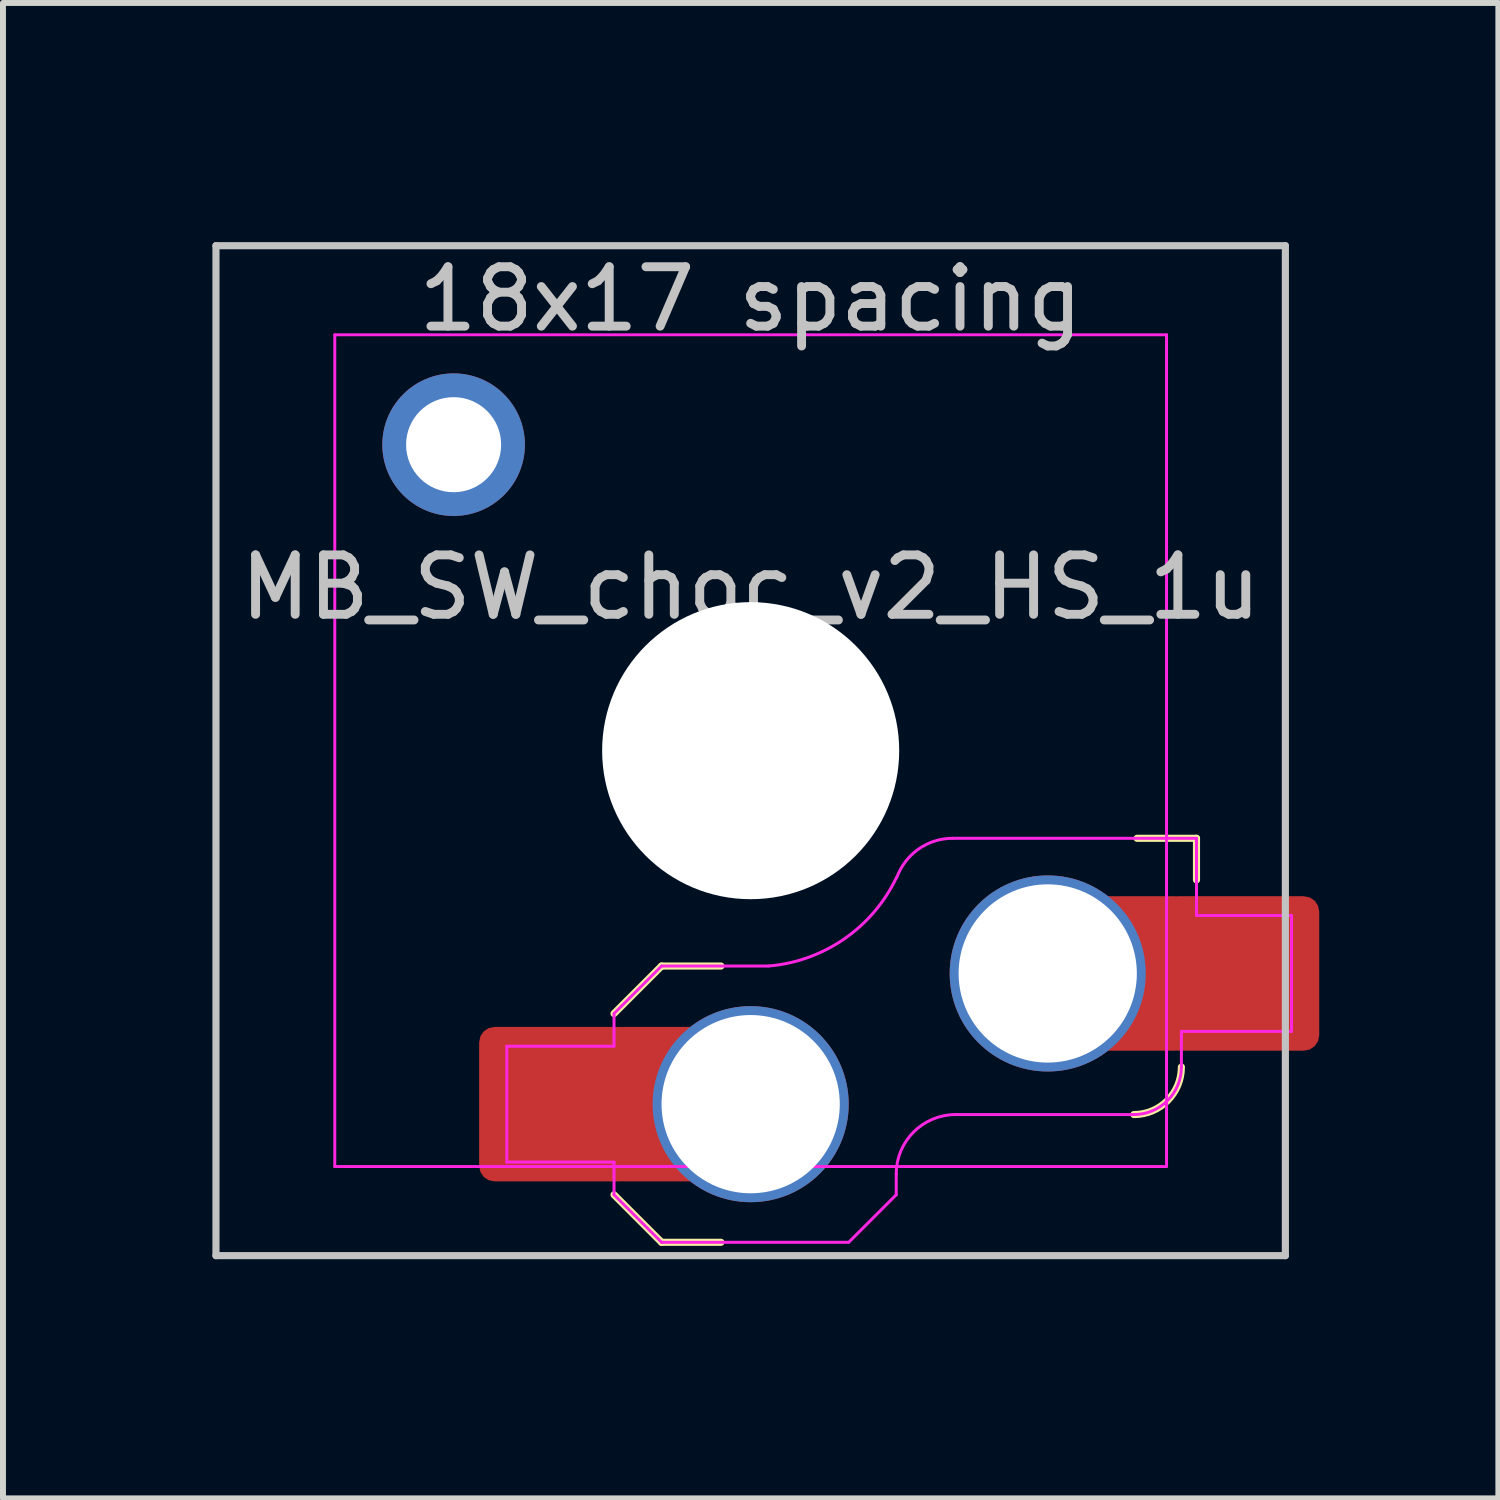
<source format=kicad_pcb>
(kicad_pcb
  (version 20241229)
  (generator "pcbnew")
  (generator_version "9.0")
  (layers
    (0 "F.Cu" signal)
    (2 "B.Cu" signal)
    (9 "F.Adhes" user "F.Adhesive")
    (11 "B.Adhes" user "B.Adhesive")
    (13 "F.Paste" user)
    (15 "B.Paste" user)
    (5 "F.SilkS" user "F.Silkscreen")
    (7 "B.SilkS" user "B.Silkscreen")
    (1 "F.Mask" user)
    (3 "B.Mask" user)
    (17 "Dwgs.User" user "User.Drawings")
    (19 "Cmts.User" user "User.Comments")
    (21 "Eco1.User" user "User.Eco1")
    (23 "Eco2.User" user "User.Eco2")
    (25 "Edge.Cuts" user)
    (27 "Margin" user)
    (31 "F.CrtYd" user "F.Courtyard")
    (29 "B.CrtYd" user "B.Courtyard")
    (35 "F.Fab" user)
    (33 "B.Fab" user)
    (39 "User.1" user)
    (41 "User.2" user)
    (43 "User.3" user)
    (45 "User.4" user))
  (footprint "MB_SW_choc_v2_HS_1u"
    (layer "F.Cu")
    (at 9.585 9.585)
    (property "Reference" "MB_SW_choc_v2_HS_1u" (at 0 -2.75 180) (layer "Dwgs.User") (effects (font (size 1 1) (thickness 0.15))))
    (attr smd)
    (fp_line (start -2.3 7.475) (end -1.5 8.275) (stroke (width 0.12) (type solid)) (layer "F.SilkS"))
    (fp_line (start -1.5 3.625) (end -2.3 4.425) (stroke (width 0.12) (type solid)) (layer "F.SilkS"))
    (fp_line (start -1.5 3.625) (end -0.5 3.625) (stroke (width 0.12) (type solid)) (layer "F.SilkS"))
    (fp_line (start -1.5 8.275) (end -0.5 8.275) (stroke (width 0.12) (type solid)) (layer "F.SilkS"))
    (fp_line (start 7.504 1.475) (end 6.504 1.475) (stroke (width 0.12) (type solid)) (layer "F.SilkS"))
    (fp_line (start 7.504 1.475) (end 7.504 2.175) (stroke (width 0.12) (type solid)) (layer "F.SilkS"))
    (fp_arc (start 7.25 5.325) (mid 7.015685 5.890685) (end 6.45 6.125) (stroke (width 0.12) (type solid)) (layer "F.SilkS"))
    (fp_line (start -9 -8.5) (end 9 -8.5) (stroke (width 0.12) (type solid)) (layer "Dwgs.User"))
    (fp_line (start -9 8.5) (end -9 -8.5) (stroke (width 0.12) (type solid)) (layer "Dwgs.User"))
    (fp_line (start 9 -8.5) (end 9 8.5) (stroke (width 0.12) (type solid)) (layer "Dwgs.User"))
    (fp_line (start 9 8.5) (end -9 8.5) (stroke (width 0.12) (type solid)) (layer "Dwgs.User"))
    (fp_line (start -9.525 -9.525) (end -9.525 9.525) (stroke (width 0.12) (type solid)) (layer "Eco1.User"))
    (fp_line (start -9.525 9.525) (end 9.525 9.525) (stroke (width 0.12) (type solid)) (layer "Eco1.User"))
    (fp_line (start 9.525 -9.525) (end -9.525 -9.525) (stroke (width 0.12) (type solid)) (layer "Eco1.User"))
    (fp_line (start 9.525 9.525) (end 9.525 -9.525) (stroke (width 0.12) (type solid)) (layer "Eco1.User"))
    (fp_line (start -6.95 6.45) (end -6.95 -6.45) (stroke (width 0.05) (type solid)) (layer "Eco2.User"))
    (fp_line (start -6.45 -6.95) (end 6.45 -6.95) (stroke (width 0.05) (type solid)) (layer "Eco2.User"))
    (fp_line (start 6.45 6.95) (end -6.45 6.95) (stroke (width 0.05) (type solid)) (layer "Eco2.User"))
    (fp_line (start 6.95 -6.45) (end 6.95 6.45) (stroke (width 0.05) (type solid)) (layer "Eco2.User"))
    (fp_arc (start -6.95 -6.45) (mid -6.803553 -6.803553) (end -6.45 -6.95) (stroke (width 0.05) (type solid)) (layer "Eco2.User"))
    (fp_arc (start -6.45 6.95) (mid -6.803553 6.803553) (end -6.95 6.45) (stroke (width 0.05) (type solid)) (layer "Eco2.User"))
    (fp_arc (start 6.45 -6.95) (mid 6.803553 -6.803553) (end 6.95 -6.45) (stroke (width 0.05) (type solid)) (layer "Eco2.User"))
    (fp_arc (start 6.95 6.45) (mid 6.803553 6.803553) (end 6.45 6.95) (stroke (width 0.05) (type solid)) (layer "Eco2.User"))
    (fp_arc (start 6.95 6.45) (mid 6.803553 6.803553) (end 6.45 6.95) (stroke (width 0.05) (type solid)) (layer "Eco2.User"))
    (fp_line (start -7 -7) (end 7 -7) (stroke (width 0.05) (type solid)) (layer "F.CrtYd"))
    (fp_line (start -7 7) (end -7 -7) (stroke (width 0.05) (type solid)) (layer "F.CrtYd"))
    (fp_line (start -4.104 4.975) (end -4.104 6.925) (stroke (width 0.05) (type solid)) (layer "F.CrtYd"))
    (fp_line (start -4.104 4.975) (end -2.3 4.975) (stroke (width 0.05) (type solid)) (layer "F.CrtYd"))
    (fp_line (start -4.104 6.925) (end -2.3 6.925) (stroke (width 0.05) (type solid)) (layer "F.CrtYd"))
    (fp_line (start -2.3 4.975) (end -2.3 4.425) (stroke (width 0.05) (type solid)) (layer "F.CrtYd"))
    (fp_line (start -2.3 7.475) (end -2.3 6.925) (stroke (width 0.05) (type solid)) (layer "F.CrtYd"))
    (fp_line (start -2.3 7.475) (end -1.5 8.275) (stroke (width 0.05) (type solid)) (layer "F.CrtYd"))
    (fp_line (start -1.5 3.625) (end -2.3 4.425) (stroke (width 0.05) (type solid)) (layer "F.CrtYd"))
    (fp_line (start -1.5 3.625) (end 0.3 3.625) (stroke (width 0.05) (type solid)) (layer "F.CrtYd"))
    (fp_line (start -1.5 8.275) (end 1.65 8.275) (stroke (width 0.05) (type solid)) (layer "F.CrtYd"))
    (fp_line (start 2.45 7.475) (end 1.65 8.275) (stroke (width 0.05) (type solid)) (layer "F.CrtYd"))
    (fp_line (start 2.45 7.475) (end 2.45 7.125) (stroke (width 0.05) (type solid)) (layer "F.CrtYd"))
    (fp_line (start 3.45 6.125) (end 6.45 6.125) (stroke (width 0.05) (type solid)) (layer "F.CrtYd"))
    (fp_line (start 7 -7) (end 7 7) (stroke (width 0.05) (type solid)) (layer "F.CrtYd"))
    (fp_line (start 7 7) (end -7 7) (stroke (width 0.05) (type solid)) (layer "F.CrtYd"))
    (fp_line (start 7.25 4.725) (end 9.104 4.725) (stroke (width 0.05) (type solid)) (layer "F.CrtYd"))
    (fp_line (start 7.25 5.325) (end 7.25 4.725) (stroke (width 0.05) (type solid)) (layer "F.CrtYd"))
    (fp_line (start 7.504 1.475) (end 3.4 1.475) (stroke (width 0.05) (type solid)) (layer "F.CrtYd"))
    (fp_line (start 7.504 1.475) (end 7.504 2.175) (stroke (width 0.05) (type solid)) (layer "F.CrtYd"))
    (fp_line (start 7.504 2.175) (end 7.504 2.775) (stroke (width 0.05) (type solid)) (layer "F.CrtYd"))
    (fp_line (start 9.104 2.775) (end 7.504 2.775) (stroke (width 0.05) (type solid)) (layer "F.CrtYd"))
    (fp_line (start 9.104 4.725) (end 9.104 2.775) (stroke (width 0.05) (type solid)) (layer "F.CrtYd"))
    (fp_arc (start 2.45 7.125) (mid 2.742893 6.417893) (end 3.45 6.125) (stroke (width 0.05) (type solid)) (layer "F.CrtYd"))
    (fp_arc (start 2.455444 2.13293) (mid 1.577272 3.167235) (end 0.299999 3.624999) (stroke (width 0.05) (type solid)) (layer "F.CrtYd"))
    (fp_arc (start 2.460307 2.13298) (mid 2.826423 1.655848) (end 3.4 1.475) (stroke (width 0.05) (type solid)) (layer "F.CrtYd"))
    (fp_arc (start 7.25 5.325) (mid 7.015685 5.890685) (end 6.45 6.125) (stroke (width 0.05) (type solid)) (layer "F.CrtYd"))
    (fp_text user "18x17 spacing" (at 0 -7.6 180) (layer "Dwgs.User") (effects (font (size 1 1) (thickness 0.15))))
    (fp_text user "19.05 spacing" (at 0 -8.7 180) (layer "Eco1.User") (effects (font (size 1 1) (thickness 0.15))))
    (pad "" np_thru_hole circle (at 0 0 180) (size 5 5) (drill 5) (layers "*.Cu" "*.Mask"))
    (pad "1" thru_hole circle (at 5 3.75) (size 3.3 3.3) (drill 3) (layers "*.Cu" "F.Mask"))
    (pad "1" smd rect (at 6.55 3.75) (size 1.2 2.6) (layers "F.Cu"))
    (pad "1" smd roundrect (at 8.245 3.75) (size 2.65 2.6) (layers "F.Cu" "F.Mask" "F.Paste") (roundrect_rratio 0.1))
    (pad "2" smd roundrect (at -3.245 5.95) (size 2.65 2.6) (layers "F.Cu" "F.Mask" "F.Paste") (roundrect_rratio 0.1))
    (pad "2" smd rect (at -1.55 5.95 180) (size 1.2 2.6) (layers "F.Cu"))
    (pad "2" thru_hole circle (at 0 5.95) (size 3.3 3.3) (drill 3) (layers "*.Cu" "F.Mask"))
    (pad "MP" thru_hole circle (at -5 -5.15 180) (size 2.4 2.4) (drill 1.6) (layers "*.Cu" "F.Mask")))
  (gr_rect
    (start -3 -3)
    (end 22.17 22.17)
    (stroke (width 0.1) (type default))
    (fill no)
    (layer "Edge.Cuts")))
</source>
